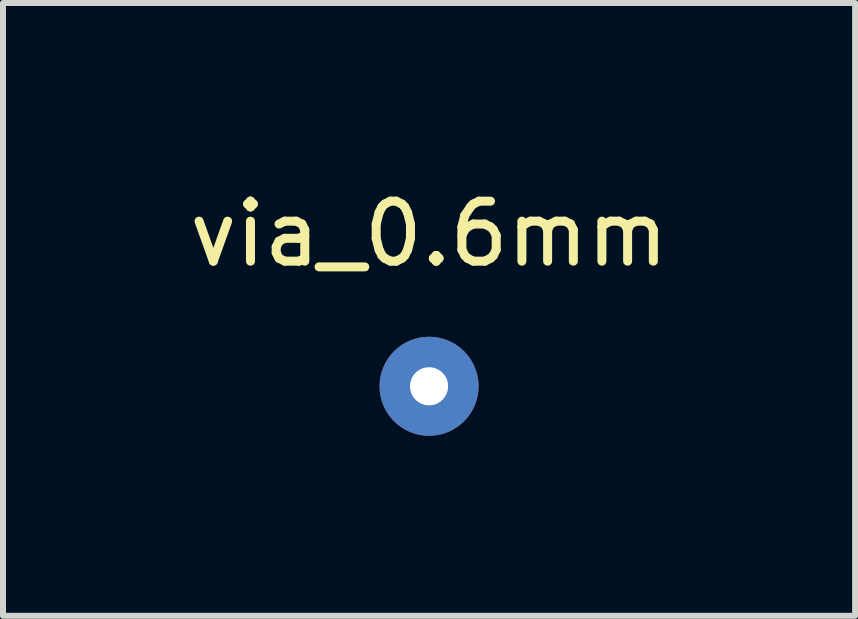
<source format=kicad_pcb>
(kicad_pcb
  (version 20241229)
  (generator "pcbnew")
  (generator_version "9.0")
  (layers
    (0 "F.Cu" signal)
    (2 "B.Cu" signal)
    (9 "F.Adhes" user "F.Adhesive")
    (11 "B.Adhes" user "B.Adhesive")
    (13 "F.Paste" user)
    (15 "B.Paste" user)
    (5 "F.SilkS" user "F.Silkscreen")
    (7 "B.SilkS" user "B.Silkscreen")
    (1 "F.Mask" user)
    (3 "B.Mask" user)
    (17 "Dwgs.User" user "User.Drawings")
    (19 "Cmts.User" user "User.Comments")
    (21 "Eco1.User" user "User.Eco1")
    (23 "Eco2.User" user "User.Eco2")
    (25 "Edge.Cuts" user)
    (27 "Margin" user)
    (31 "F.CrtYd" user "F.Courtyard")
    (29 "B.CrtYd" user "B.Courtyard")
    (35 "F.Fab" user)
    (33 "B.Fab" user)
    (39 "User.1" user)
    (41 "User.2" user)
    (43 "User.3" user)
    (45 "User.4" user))
  (footprint "via_0.6mm"
    (layer "F.Cu")
    (at 4.101 3.388)
    (property "Reference" "via_0.6mm" (at 0 -2.54 0) (layer "F.SilkS") (effects (font (size 1 1) (thickness 0.15))))
    (attr through_hole)
    (pad "1" thru_hole circle (at 0 0) (size 1.651 1.651) (drill 0.635) (layers "*.Cu")))
  (gr_rect
    (start -3 -3)
    (end 11.202 7.214)
    (stroke (width 0.1) (type default))
    (fill no)
    (layer "Edge.Cuts")))
</source>
